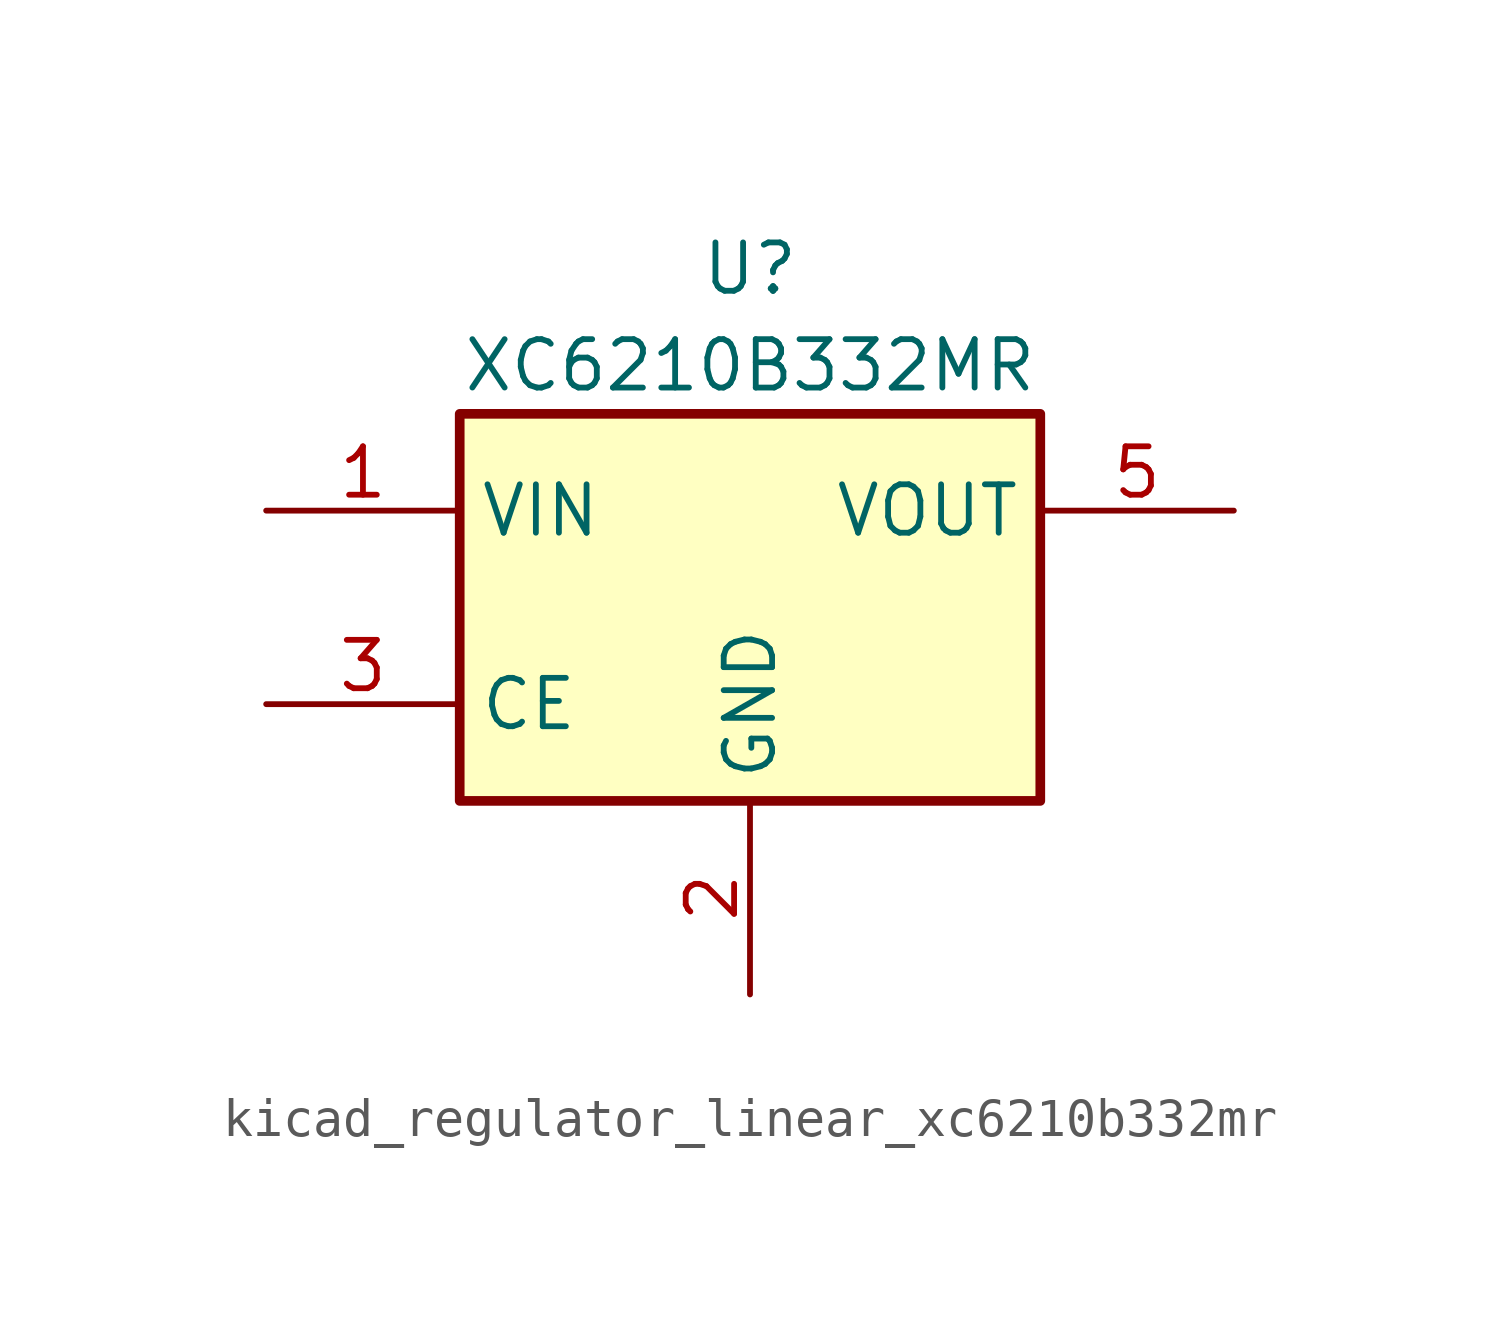
<source format=kicad_sym>
(kicad_symbol_lib
  (version 20220914)
  (generator kicad_symbol_editor)
  (symbol "kicad_regulator_linear_xc6210b332mr"
    (property "Reference" "U"
      (at 0 8.89 0)
      (effects (font (size 1.27 1.27))))
    (property "Value" "XC6210B332MR"
      (at 0 6.35 0)
      (effects (font (size 1.27 1.27))))
    (symbol "kicad_regulator_linear_xc6210b332mr_0_1"
      (rectangle (start -7.62 5.08) (end 7.62 -5.08) (stroke (width 0.254) (type default)) (fill (type background))))
    (symbol "kicad_regulator_linear_xc6210b332mr_1_1"
      (pin power_in line (at -12.7 2.54 0) (length 5.08) (name "VIN" (effects (font (size 1.27 1.27)))) (number "1" (effects (font (size 1.27 1.27)))))
      (pin power_in line (at 0 -10.16 90) (length 5.08) (name "GND" (effects (font (size 1.27 1.27)))) (number "2" (effects (font (size 1.27 1.27)))))
      (pin input line (at -12.7 -2.54 0) (length 5.08) (name "CE" (effects (font (size 1.27 1.27)))) (number "3" (effects (font (size 1.27 1.27)))))
      (pin no_connect line (at 7.62 -2.54 180) (length 5.08) hide (name "NC" (effects (font (size 1.27 1.27)))) (number "4" (effects (font (size 1.27 1.27)))))
      (pin power_out line (at 12.7 2.54 180) (length 5.08) (name "VOUT" (effects (font (size 1.27 1.27)))) (number "5" (effects (font (size 1.27 1.27))))))))
</source>
